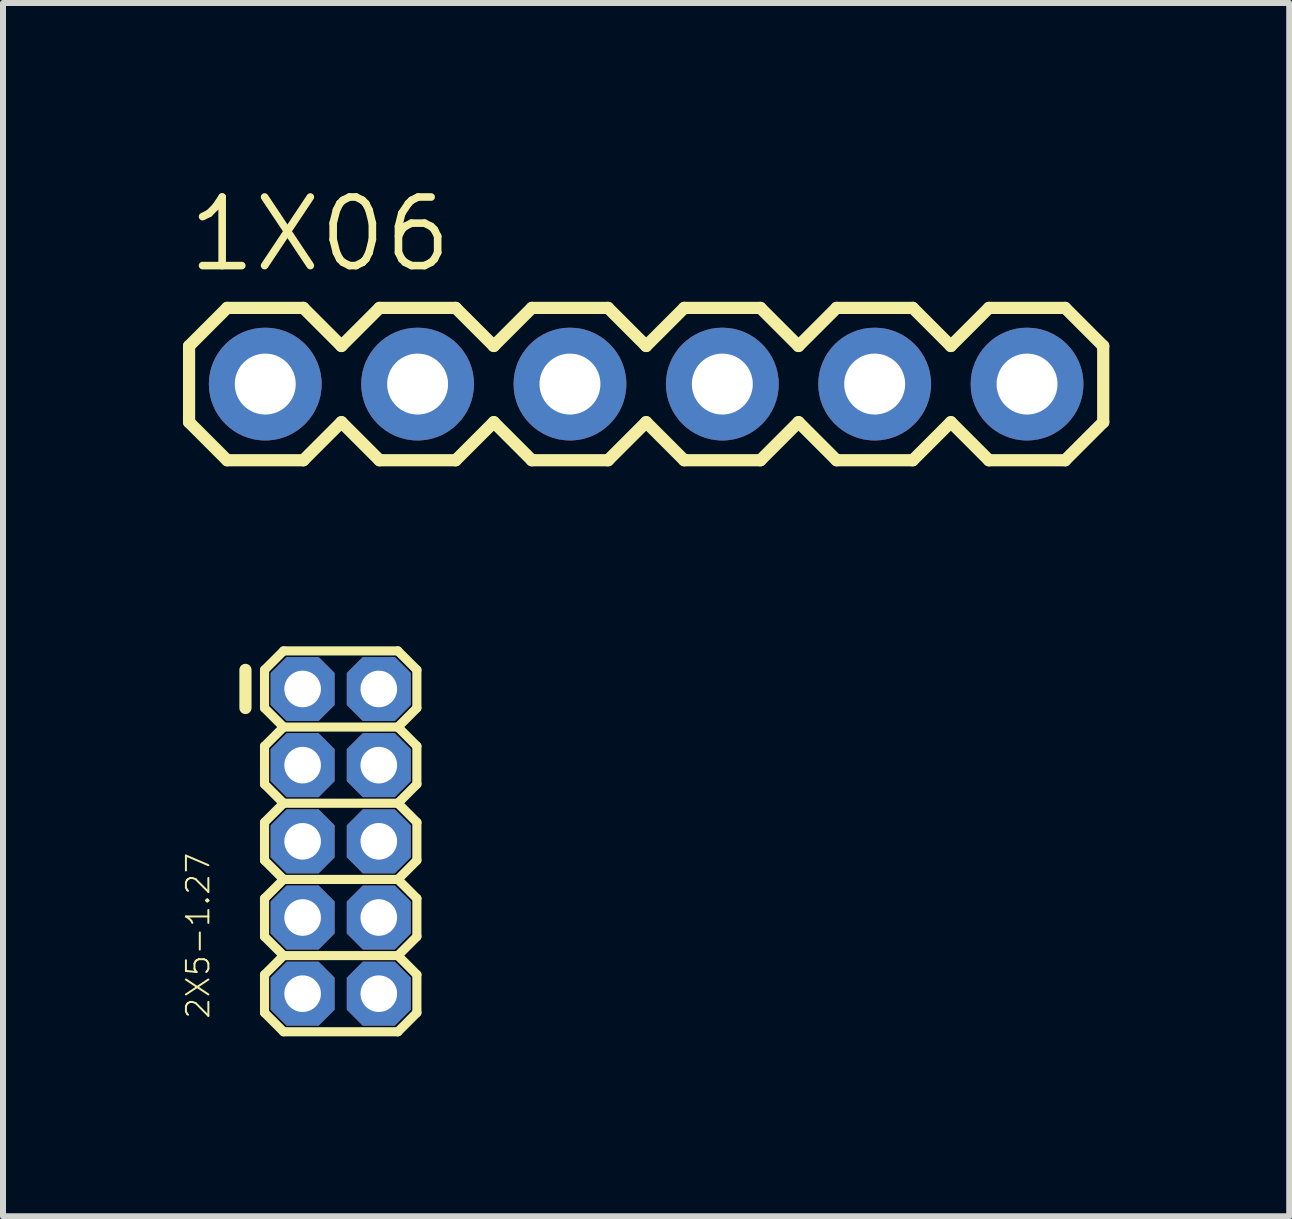
<source format=kicad_pcb>
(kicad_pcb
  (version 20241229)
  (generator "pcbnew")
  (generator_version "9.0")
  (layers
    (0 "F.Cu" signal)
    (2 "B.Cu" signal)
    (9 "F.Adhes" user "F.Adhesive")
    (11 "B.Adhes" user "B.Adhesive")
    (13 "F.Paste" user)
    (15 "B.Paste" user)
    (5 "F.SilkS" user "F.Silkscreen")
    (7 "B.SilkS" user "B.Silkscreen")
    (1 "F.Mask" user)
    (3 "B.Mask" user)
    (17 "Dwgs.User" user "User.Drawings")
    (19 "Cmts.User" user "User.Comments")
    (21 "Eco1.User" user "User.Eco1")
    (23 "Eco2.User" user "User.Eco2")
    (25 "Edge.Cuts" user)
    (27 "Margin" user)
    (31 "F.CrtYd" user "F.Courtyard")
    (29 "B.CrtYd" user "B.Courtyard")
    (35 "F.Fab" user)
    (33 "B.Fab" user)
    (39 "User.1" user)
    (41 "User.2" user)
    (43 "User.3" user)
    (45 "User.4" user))
  (footprint "1X06"
    (layer "F.Cu")
    (at 1.372 3.353)
    (property "Reference" "1X06" (at -1.346 -1.829 0) (layer "F.SilkS") (effects (font (size 1.143 1.143) (thickness 0.127)) (justify left bottom)))
    (fp_line (start -1.27 -0.635) (end -1.27 0.635) (stroke (width 0.203) (type solid)) (layer "F.SilkS"))
    (fp_line (start -1.27 0.635) (end -0.635 1.27) (stroke (width 0.203) (type solid)) (layer "F.SilkS"))
    (fp_line (start -0.635 -1.27) (end -1.27 -0.635) (stroke (width 0.203) (type solid)) (layer "F.SilkS"))
    (fp_line (start -0.635 -1.27) (end 0.635 -1.27) (stroke (width 0.203) (type solid)) (layer "F.SilkS"))
    (fp_line (start 0.635 -1.27) (end 1.27 -0.635) (stroke (width 0.203) (type solid)) (layer "F.SilkS"))
    (fp_line (start 0.635 1.27) (end -0.635 1.27) (stroke (width 0.203) (type solid)) (layer "F.SilkS"))
    (fp_line (start 1.27 -0.635) (end 1.905 -1.27) (stroke (width 0.203) (type solid)) (layer "F.SilkS"))
    (fp_line (start 1.27 0.635) (end 0.635 1.27) (stroke (width 0.203) (type solid)) (layer "F.SilkS"))
    (fp_line (start 1.905 -1.27) (end 3.175 -1.27) (stroke (width 0.203) (type solid)) (layer "F.SilkS"))
    (fp_line (start 1.905 1.27) (end 1.27 0.635) (stroke (width 0.203) (type solid)) (layer "F.SilkS"))
    (fp_line (start 3.175 -1.27) (end 3.81 -0.635) (stroke (width 0.203) (type solid)) (layer "F.SilkS"))
    (fp_line (start 3.175 1.27) (end 1.905 1.27) (stroke (width 0.203) (type solid)) (layer "F.SilkS"))
    (fp_line (start 3.81 -0.635) (end 4.445 -1.27) (stroke (width 0.203) (type solid)) (layer "F.SilkS"))
    (fp_line (start 3.81 0.635) (end 3.175 1.27) (stroke (width 0.203) (type solid)) (layer "F.SilkS"))
    (fp_line (start 4.445 -1.27) (end 5.715 -1.27) (stroke (width 0.203) (type solid)) (layer "F.SilkS"))
    (fp_line (start 4.445 1.27) (end 3.81 0.635) (stroke (width 0.203) (type solid)) (layer "F.SilkS"))
    (fp_line (start 5.715 -1.27) (end 6.35 -0.635) (stroke (width 0.203) (type solid)) (layer "F.SilkS"))
    (fp_line (start 5.715 1.27) (end 4.445 1.27) (stroke (width 0.203) (type solid)) (layer "F.SilkS"))
    (fp_line (start 6.35 0.635) (end 5.715 1.27) (stroke (width 0.203) (type solid)) (layer "F.SilkS"))
    (fp_line (start 6.35 0.635) (end 6.985 1.27) (stroke (width 0.203) (type solid)) (layer "F.SilkS"))
    (fp_line (start 6.985 -1.27) (end 6.35 -0.635) (stroke (width 0.203) (type solid)) (layer "F.SilkS"))
    (fp_line (start 6.985 -1.27) (end 8.255 -1.27) (stroke (width 0.203) (type solid)) (layer "F.SilkS"))
    (fp_line (start 8.255 -1.27) (end 8.89 -0.635) (stroke (width 0.203) (type solid)) (layer "F.SilkS"))
    (fp_line (start 8.255 1.27) (end 6.985 1.27) (stroke (width 0.203) (type solid)) (layer "F.SilkS"))
    (fp_line (start 8.89 -0.635) (end 9.525 -1.27) (stroke (width 0.203) (type solid)) (layer "F.SilkS"))
    (fp_line (start 8.89 0.635) (end 8.255 1.27) (stroke (width 0.203) (type solid)) (layer "F.SilkS"))
    (fp_line (start 9.525 -1.27) (end 10.795 -1.27) (stroke (width 0.203) (type solid)) (layer "F.SilkS"))
    (fp_line (start 9.525 1.27) (end 8.89 0.635) (stroke (width 0.203) (type solid)) (layer "F.SilkS"))
    (fp_line (start 10.795 -1.27) (end 11.43 -0.635) (stroke (width 0.203) (type solid)) (layer "F.SilkS"))
    (fp_line (start 10.795 1.27) (end 9.525 1.27) (stroke (width 0.203) (type solid)) (layer "F.SilkS"))
    (fp_line (start 11.43 -0.635) (end 12.065 -1.27) (stroke (width 0.203) (type solid)) (layer "F.SilkS"))
    (fp_line (start 11.43 0.635) (end 10.795 1.27) (stroke (width 0.203) (type solid)) (layer "F.SilkS"))
    (fp_line (start 12.065 -1.27) (end 13.335 -1.27) (stroke (width 0.203) (type solid)) (layer "F.SilkS"))
    (fp_line (start 12.065 1.27) (end 11.43 0.635) (stroke (width 0.203) (type solid)) (layer "F.SilkS"))
    (fp_line (start 13.335 -1.27) (end 13.97 -0.635) (stroke (width 0.203) (type solid)) (layer "F.SilkS"))
    (fp_line (start 13.335 1.27) (end 12.065 1.27) (stroke (width 0.203) (type solid)) (layer "F.SilkS"))
    (fp_line (start 13.97 -0.635) (end 13.97 0.635) (stroke (width 0.203) (type solid)) (layer "F.SilkS"))
    (fp_line (start 13.97 0.635) (end 13.335 1.27) (stroke (width 0.203) (type solid)) (layer "F.SilkS"))
    (fp_poly (pts (xy -0.254 0.254) (xy 0.254 0.254) (xy 0.254 -0.254) (xy -0.254 -0.254)) (stroke (width 0.1) (type solid)) (fill no) (layer "F.Fab"))
    (fp_poly (pts (xy 2.286 0.254) (xy 2.794 0.254) (xy 2.794 -0.254) (xy 2.286 -0.254)) (stroke (width 0.1) (type solid)) (fill no) (layer "F.Fab"))
    (fp_poly (pts (xy 4.826 0.254) (xy 5.334 0.254) (xy 5.334 -0.254) (xy 4.826 -0.254)) (stroke (width 0.1) (type solid)) (fill no) (layer "F.Fab"))
    (fp_poly (pts (xy 7.366 0.254) (xy 7.874 0.254) (xy 7.874 -0.254) (xy 7.366 -0.254)) (stroke (width 0.1) (type solid)) (fill no) (layer "F.Fab"))
    (fp_poly (pts (xy 9.906 0.254) (xy 10.414 0.254) (xy 10.414 -0.254) (xy 9.906 -0.254)) (stroke (width 0.1) (type solid)) (fill no) (layer "F.Fab"))
    (fp_poly (pts (xy 12.446 0.254) (xy 12.954 0.254) (xy 12.954 -0.254) (xy 12.446 -0.254)) (stroke (width 0.1) (type solid)) (fill no) (layer "F.Fab"))
    (pad "1" thru_hole circle (at 0 0 90) (size 1.88 1.88) (drill 1.016) (layers "*.Cu" "*.Mask"))
    (pad "2" thru_hole circle (at 2.54 0 90) (size 1.88 1.88) (drill 1.016) (layers "*.Cu" "*.Mask"))
    (pad "3" thru_hole circle (at 5.08 0 90) (size 1.88 1.88) (drill 1.016) (layers "*.Cu" "*.Mask"))
    (pad "4" thru_hole circle (at 7.62 0 90) (size 1.88 1.88) (drill 1.016) (layers "*.Cu" "*.Mask"))
    (pad "5" thru_hole circle (at 10.16 0 90) (size 1.88 1.88) (drill 1.016) (layers "*.Cu" "*.Mask"))
    (pad "6" thru_hole circle (at 12.7 0 90) (size 1.88 1.88) (drill 1.016) (layers "*.Cu" "*.Mask")))
  (footprint "2X5-1.27"
    (layer "F.Cu")
    (at 3.265 12.246)
    (property "Reference" "2X5-1.27" (at -2.794 1.714 90) (layer "F.SilkS") (effects (font (size 0.374 0.374) (thickness 0.033)) (justify left bottom)))
    (fp_line (start -2.223 -4.128) (end -2.223 -3.493) (stroke (width 0.203) (type solid)) (layer "F.SilkS"))
    (fp_line (start -1.905 -4.128) (end -1.905 -3.493) (stroke (width 0.152) (type solid)) (layer "F.SilkS"))
    (fp_line (start -1.905 -3.493) (end -1.587 -3.175) (stroke (width 0.152) (type solid)) (layer "F.SilkS"))
    (fp_line (start -1.905 -2.857) (end -1.905 -2.223) (stroke (width 0.152) (type solid)) (layer "F.SilkS"))
    (fp_line (start -1.905 -2.223) (end -1.587 -1.905) (stroke (width 0.152) (type solid)) (layer "F.SilkS"))
    (fp_line (start -1.905 -1.587) (end -1.905 -0.953) (stroke (width 0.152) (type solid)) (layer "F.SilkS"))
    (fp_line (start -1.905 -0.953) (end -1.587 -0.635) (stroke (width 0.152) (type solid)) (layer "F.SilkS"))
    (fp_line (start -1.905 -0.318) (end -1.905 0.318) (stroke (width 0.152) (type solid)) (layer "F.SilkS"))
    (fp_line (start -1.905 0.318) (end -1.587 0.635) (stroke (width 0.152) (type solid)) (layer "F.SilkS"))
    (fp_line (start -1.905 0.953) (end -1.905 1.587) (stroke (width 0.152) (type solid)) (layer "F.SilkS"))
    (fp_line (start -1.905 1.587) (end -1.587 1.905) (stroke (width 0.152) (type solid)) (layer "F.SilkS"))
    (fp_line (start -1.587 -4.445) (end -1.905 -4.128) (stroke (width 0.152) (type solid)) (layer "F.SilkS"))
    (fp_line (start -1.587 -4.445) (end 0.318 -4.445) (stroke (width 0.152) (type solid)) (layer "F.SilkS"))
    (fp_line (start -1.587 -3.175) (end -1.905 -2.857) (stroke (width 0.152) (type solid)) (layer "F.SilkS"))
    (fp_line (start -1.587 -1.905) (end -1.905 -1.587) (stroke (width 0.152) (type solid)) (layer "F.SilkS"))
    (fp_line (start -1.587 -0.635) (end -1.905 -0.318) (stroke (width 0.152) (type solid)) (layer "F.SilkS"))
    (fp_line (start -1.587 0.635) (end -1.905 0.953) (stroke (width 0.152) (type solid)) (layer "F.SilkS"))
    (fp_line (start 0.318 -4.445) (end 0.635 -4.128) (stroke (width 0.152) (type solid)) (layer "F.SilkS"))
    (fp_line (start 0.318 -3.175) (end -1.587 -3.175) (stroke (width 0.152) (type solid)) (layer "F.SilkS"))
    (fp_line (start 0.318 -3.175) (end 0.635 -2.857) (stroke (width 0.152) (type solid)) (layer "F.SilkS"))
    (fp_line (start 0.318 -1.905) (end -1.587 -1.905) (stroke (width 0.152) (type solid)) (layer "F.SilkS"))
    (fp_line (start 0.318 -1.905) (end 0.635 -1.587) (stroke (width 0.152) (type solid)) (layer "F.SilkS"))
    (fp_line (start 0.318 -0.635) (end -1.587 -0.635) (stroke (width 0.152) (type solid)) (layer "F.SilkS"))
    (fp_line (start 0.318 -0.635) (end 0.635 -0.318) (stroke (width 0.152) (type solid)) (layer "F.SilkS"))
    (fp_line (start 0.318 0.635) (end -1.587 0.635) (stroke (width 0.152) (type solid)) (layer "F.SilkS"))
    (fp_line (start 0.318 0.635) (end 0.635 0.953) (stroke (width 0.152) (type solid)) (layer "F.SilkS"))
    (fp_line (start 0.318 1.905) (end -1.587 1.905) (stroke (width 0.152) (type solid)) (layer "F.SilkS"))
    (fp_line (start 0.635 -4.128) (end 0.635 -3.493) (stroke (width 0.152) (type solid)) (layer "F.SilkS"))
    (fp_line (start 0.635 -3.493) (end 0.318 -3.175) (stroke (width 0.152) (type solid)) (layer "F.SilkS"))
    (fp_line (start 0.635 -2.857) (end 0.635 -2.223) (stroke (width 0.152) (type solid)) (layer "F.SilkS"))
    (fp_line (start 0.635 -2.223) (end 0.318 -1.905) (stroke (width 0.152) (type solid)) (layer "F.SilkS"))
    (fp_line (start 0.635 -1.587) (end 0.635 -0.953) (stroke (width 0.152) (type solid)) (layer "F.SilkS"))
    (fp_line (start 0.635 -0.953) (end 0.318 -0.635) (stroke (width 0.152) (type solid)) (layer "F.SilkS"))
    (fp_line (start 0.635 -0.318) (end 0.635 0.318) (stroke (width 0.152) (type solid)) (layer "F.SilkS"))
    (fp_line (start 0.635 0.318) (end 0.318 0.635) (stroke (width 0.152) (type solid)) (layer "F.SilkS"))
    (fp_line (start 0.635 0.953) (end 0.635 1.587) (stroke (width 0.152) (type solid)) (layer "F.SilkS"))
    (fp_line (start 0.635 1.587) (end 0.318 1.905) (stroke (width 0.152) (type solid)) (layer "F.SilkS"))
    (fp_poly (pts (xy -1.397 -3.683) (xy -1.143 -3.683) (xy -1.143 -3.937) (xy -1.397 -3.937)) (stroke (width 0.1) (type solid)) (fill no) (layer "F.Fab"))
    (fp_poly (pts (xy -1.397 -2.413) (xy -1.143 -2.413) (xy -1.143 -2.667) (xy -1.397 -2.667)) (stroke (width 0.1) (type solid)) (fill no) (layer "F.Fab"))
    (fp_poly (pts (xy -1.397 -1.143) (xy -1.143 -1.143) (xy -1.143 -1.397) (xy -1.397 -1.397)) (stroke (width 0.1) (type solid)) (fill no) (layer "F.Fab"))
    (fp_poly (pts (xy -1.397 0.127) (xy -1.143 0.127) (xy -1.143 -0.127) (xy -1.397 -0.127)) (stroke (width 0.1) (type solid)) (fill no) (layer "F.Fab"))
    (fp_poly (pts (xy -1.397 1.397) (xy -1.143 1.397) (xy -1.143 1.143) (xy -1.397 1.143)) (stroke (width 0.1) (type solid)) (fill no) (layer "F.Fab"))
    (fp_poly (pts (xy -0.127 -3.683) (xy 0.127 -3.683) (xy 0.127 -3.937) (xy -0.127 -3.937)) (stroke (width 0.1) (type solid)) (fill no) (layer "F.Fab"))
    (fp_poly (pts (xy -0.127 -2.413) (xy 0.127 -2.413) (xy 0.127 -2.667) (xy -0.127 -2.667)) (stroke (width 0.1) (type solid)) (fill no) (layer "F.Fab"))
    (fp_poly (pts (xy -0.127 -1.143) (xy 0.127 -1.143) (xy 0.127 -1.397) (xy -0.127 -1.397)) (stroke (width 0.1) (type solid)) (fill no) (layer "F.Fab"))
    (fp_poly (pts (xy -0.127 0.127) (xy 0.127 0.127) (xy 0.127 -0.127) (xy -0.127 -0.127)) (stroke (width 0.1) (type solid)) (fill no) (layer "F.Fab"))
    (fp_poly (pts (xy -0.127 1.397) (xy 0.127 1.397) (xy 0.127 1.143) (xy -0.127 1.143)) (stroke (width 0.1) (type solid)) (fill no) (layer "F.Fab"))
    (pad "1" thru_hole roundrect (at -1.27 -3.81 270) (size 1.067 1.067) (drill 0.61) (layers "*.Cu" "*.Mask") (roundrect_rratio 0.25) (chamfer_ratio 0.25) (chamfer top_left top_right bottom_left bottom_right))
    (pad "2" thru_hole roundrect (at 0 -3.81 270) (size 1.067 1.067) (drill 0.61) (layers "*.Cu" "*.Mask") (roundrect_rratio 0.25) (chamfer_ratio 0.25) (chamfer top_left top_right bottom_left bottom_right))
    (pad "3" thru_hole roundrect (at -1.27 -2.54 270) (size 1.067 1.067) (drill 0.61) (layers "*.Cu" "*.Mask") (roundrect_rratio 0.25) (chamfer_ratio 0.25) (chamfer top_left top_right bottom_left bottom_right))
    (pad "4" thru_hole roundrect (at 0 -2.54 270) (size 1.067 1.067) (drill 0.61) (layers "*.Cu" "*.Mask") (roundrect_rratio 0.25) (chamfer_ratio 0.25) (chamfer top_left top_right bottom_left bottom_right))
    (pad "5" thru_hole roundrect (at -1.27 -1.27 270) (size 1.067 1.067) (drill 0.61) (layers "*.Cu" "*.Mask") (roundrect_rratio 0.25) (chamfer_ratio 0.25) (chamfer top_left top_right bottom_left bottom_right))
    (pad "6" thru_hole roundrect (at 0 -1.27 270) (size 1.067 1.067) (drill 0.61) (layers "*.Cu" "*.Mask") (roundrect_rratio 0.25) (chamfer_ratio 0.25) (chamfer top_left top_right bottom_left bottom_right))
    (pad "7" thru_hole roundrect (at -1.27 0 270) (size 1.067 1.067) (drill 0.61) (layers "*.Cu" "*.Mask") (roundrect_rratio 0.25) (chamfer_ratio 0.25) (chamfer top_left top_right bottom_left bottom_right))
    (pad "8" thru_hole roundrect (at 0 0 270) (size 1.067 1.067) (drill 0.61) (layers "*.Cu" "*.Mask") (roundrect_rratio 0.25) (chamfer_ratio 0.25) (chamfer top_left top_right bottom_left bottom_right))
    (pad "9" thru_hole roundrect (at -1.27 1.27 270) (size 1.067 1.067) (drill 0.61) (layers "*.Cu" "*.Mask") (roundrect_rratio 0.25) (chamfer_ratio 0.25) (chamfer top_left top_right bottom_left bottom_right))
    (pad "10" thru_hole roundrect (at 0 1.27 270) (size 1.067 1.067) (drill 0.61) (layers "*.Cu" "*.Mask") (roundrect_rratio 0.25) (chamfer_ratio 0.25) (chamfer top_left top_right bottom_left bottom_right)))
  (gr_rect
    (start -3 -3)
    (end 18.443 17.227)
    (stroke (width 0.1) (type default))
    (fill no)
    (layer "Edge.Cuts")))
</source>
